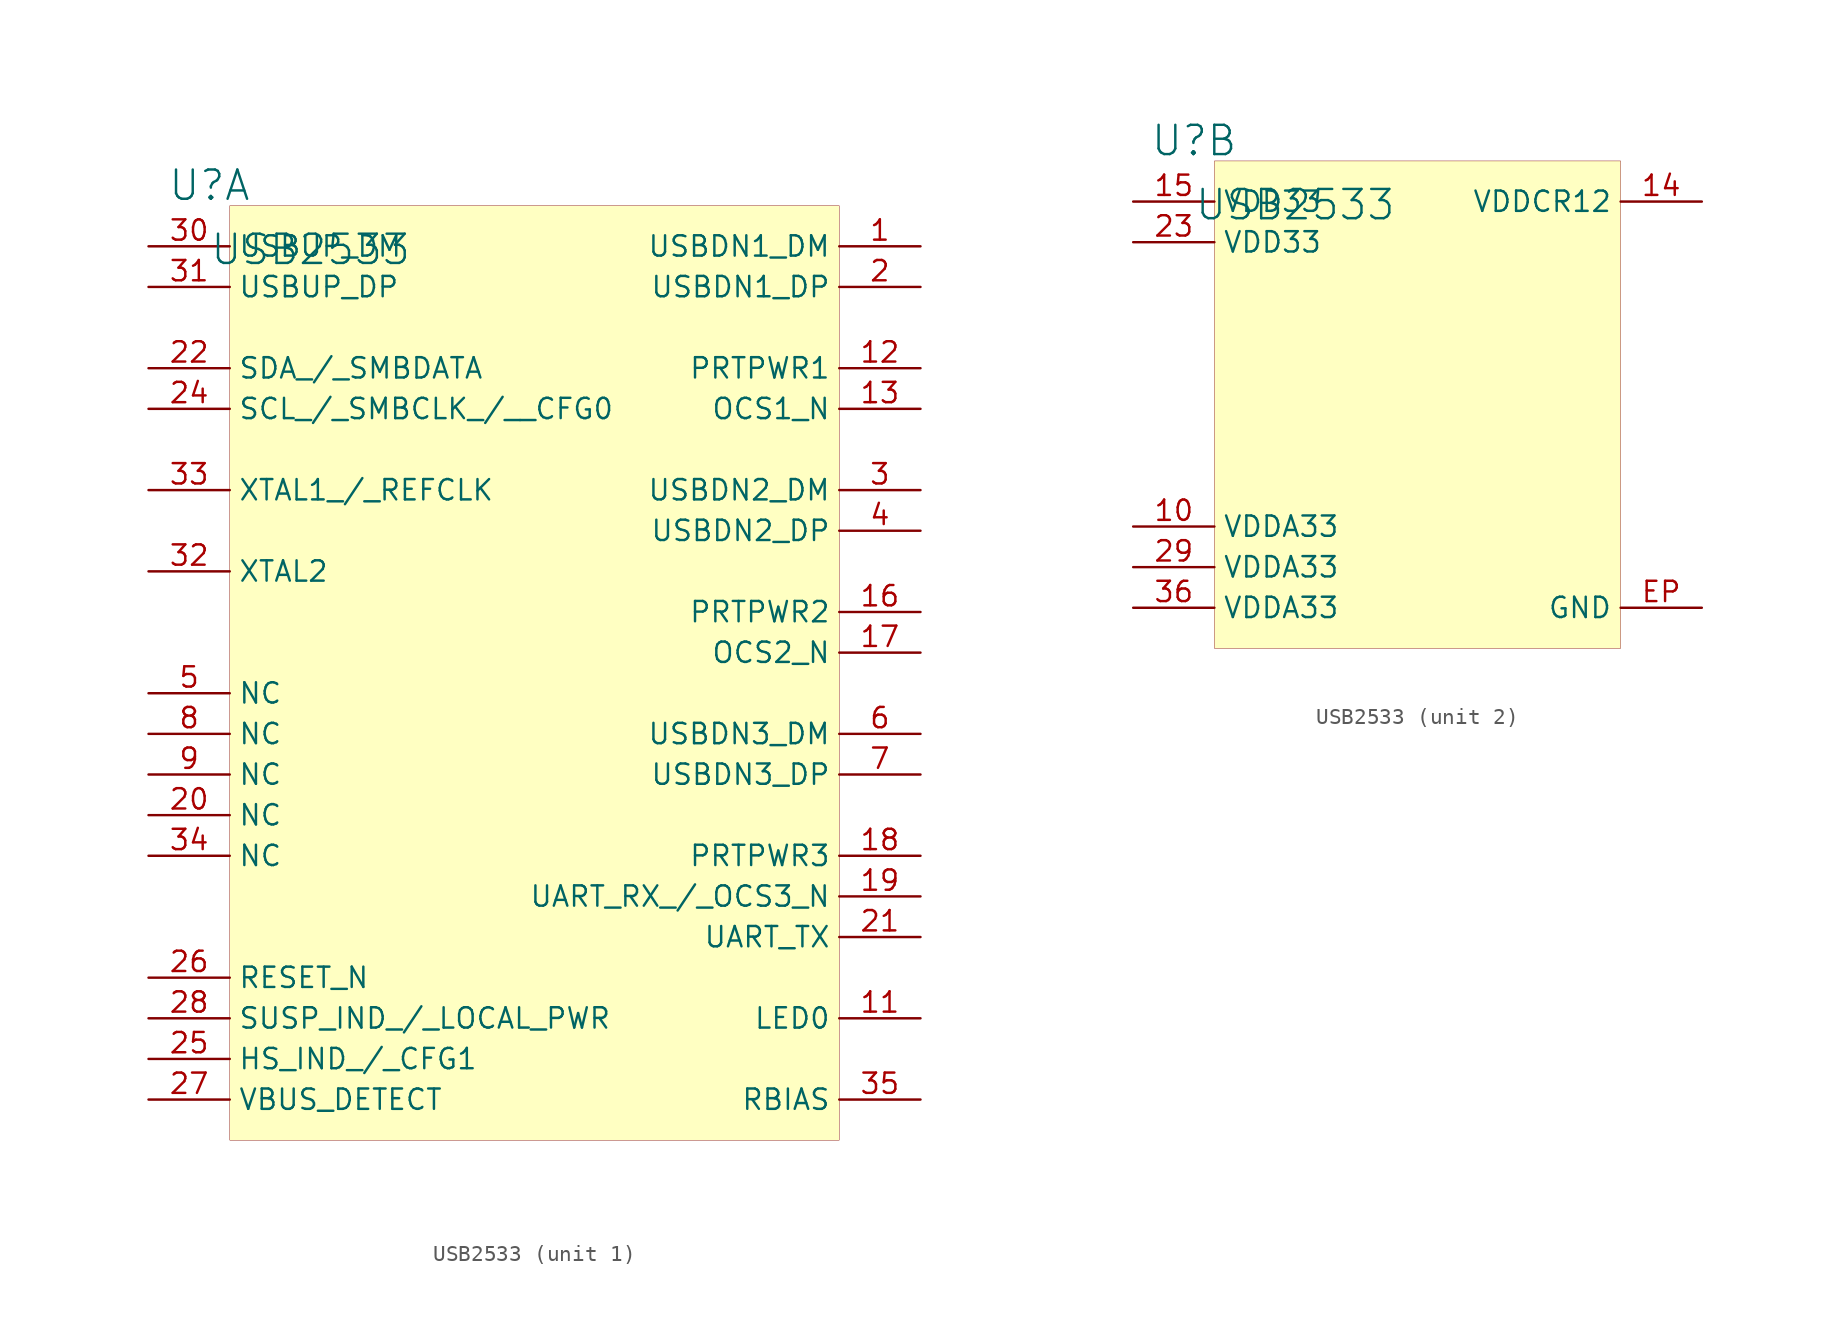
<source format=kicad_sym>
(kicad_symbol_lib
  (version 20231120)
  (generator "kicad_symbol_editor")
  (generator_version "8.0")
  (symbol "USB2533"
    (property "Reference" "U"
      (at -1.27 1.27 0)
      (effects (font (size 1.829 1.829))))
    (property "Value" "USB2533"
      (at -1.27 -3.81 0)
      (effects (font (size 1.829 1.829)) (justify left bottom)))
    (symbol "USB2533_1_0"
      (rectangle (start 38.1 0) (end 0 -58.42) (stroke (width 0.025) (type solid) (color 128 0 0 1)) (fill (type background)))
      (pin passive line (at 43.18 -2.54 180) (length 5.08) (name "USBDN1_DM" (effects (font (size 1.27 1.27)))) (number "1" (effects (font (size 1.27 1.27)))))
      (pin passive line (at 43.18 -50.8 180) (length 5.08) (name "LED0" (effects (font (size 1.27 1.27)))) (number "11" (effects (font (size 1.27 1.27)))))
      (pin passive line (at 43.18 -10.16 180) (length 5.08) (name "PRTPWR1" (effects (font (size 1.27 1.27)))) (number "12" (effects (font (size 1.27 1.27)))))
      (pin passive line (at 43.18 -12.7 180) (length 5.08) (name "OCS1_N" (effects (font (size 1.27 1.27)))) (number "13" (effects (font (size 1.27 1.27)))))
      (pin passive line (at 43.18 -25.4 180) (length 5.08) (name "PRTPWR2" (effects (font (size 1.27 1.27)))) (number "16" (effects (font (size 1.27 1.27)))))
      (pin passive line (at 43.18 -27.94 180) (length 5.08) (name "OCS2_N" (effects (font (size 1.27 1.27)))) (number "17" (effects (font (size 1.27 1.27)))))
      (pin passive line (at 43.18 -40.64 180) (length 5.08) (name "PRTPWR3" (effects (font (size 1.27 1.27)))) (number "18" (effects (font (size 1.27 1.27)))))
      (pin passive line (at 43.18 -43.18 180) (length 5.08) (name "UART_RX_/_OCS3_N" (effects (font (size 1.27 1.27)))) (number "19" (effects (font (size 1.27 1.27)))))
      (pin passive line (at 43.18 -5.08 180) (length 5.08) (name "USBDN1_DP" (effects (font (size 1.27 1.27)))) (number "2" (effects (font (size 1.27 1.27)))))
      (pin passive line (at -5.08 -38.1 0) (length 5.08) (name "NC" (effects (font (size 1.27 1.27)))) (number "20" (effects (font (size 1.27 1.27)))))
      (pin passive line (at 43.18 -45.72 180) (length 5.08) (name "UART_TX" (effects (font (size 1.27 1.27)))) (number "21" (effects (font (size 1.27 1.27)))))
      (pin passive line (at -5.08 -10.16 0) (length 5.08) (name "SDA_/_SMBDATA" (effects (font (size 1.27 1.27)))) (number "22" (effects (font (size 1.27 1.27)))))
      (pin passive line (at -5.08 -12.7 0) (length 5.08) (name "SCL_/_SMBCLK_/__CFG0" (effects (font (size 1.27 1.27)))) (number "24" (effects (font (size 1.27 1.27)))))
      (pin passive line (at -5.08 -53.34 0) (length 5.08) (name "HS_IND_/_CFG1" (effects (font (size 1.27 1.27)))) (number "25" (effects (font (size 1.27 1.27)))))
      (pin passive line (at -5.08 -48.26 0) (length 5.08) (name "RESET_N" (effects (font (size 1.27 1.27)))) (number "26" (effects (font (size 1.27 1.27)))))
      (pin passive line (at -5.08 -55.88 0) (length 5.08) (name "VBUS_DETECT" (effects (font (size 1.27 1.27)))) (number "27" (effects (font (size 1.27 1.27)))))
      (pin passive line (at -5.08 -50.8 0) (length 5.08) (name "SUSP_IND_/_LOCAL_PWR" (effects (font (size 1.27 1.27)))) (number "28" (effects (font (size 1.27 1.27)))))
      (pin passive line (at 43.18 -17.78 180) (length 5.08) (name "USBDN2_DM" (effects (font (size 1.27 1.27)))) (number "3" (effects (font (size 1.27 1.27)))))
      (pin passive line (at -5.08 -2.54 0) (length 5.08) (name "USBUP_DM" (effects (font (size 1.27 1.27)))) (number "30" (effects (font (size 1.27 1.27)))))
      (pin passive line (at -5.08 -5.08 0) (length 5.08) (name "USBUP_DP" (effects (font (size 1.27 1.27)))) (number "31" (effects (font (size 1.27 1.27)))))
      (pin passive line (at -5.08 -22.86 0) (length 5.08) (name "XTAL2" (effects (font (size 1.27 1.27)))) (number "32" (effects (font (size 1.27 1.27)))))
      (pin passive line (at -5.08 -17.78 0) (length 5.08) (name "XTAL1_/_REFCLK" (effects (font (size 1.27 1.27)))) (number "33" (effects (font (size 1.27 1.27)))))
      (pin passive line (at -5.08 -40.64 0) (length 5.08) (name "NC" (effects (font (size 1.27 1.27)))) (number "34" (effects (font (size 1.27 1.27)))))
      (pin passive line (at 43.18 -55.88 180) (length 5.08) (name "RBIAS" (effects (font (size 1.27 1.27)))) (number "35" (effects (font (size 1.27 1.27)))))
      (pin passive line (at 43.18 -20.32 180) (length 5.08) (name "USBDN2_DP" (effects (font (size 1.27 1.27)))) (number "4" (effects (font (size 1.27 1.27)))))
      (pin passive line (at -5.08 -30.48 0) (length 5.08) (name "NC" (effects (font (size 1.27 1.27)))) (number "5" (effects (font (size 1.27 1.27)))))
      (pin passive line (at 43.18 -33.02 180) (length 5.08) (name "USBDN3_DM" (effects (font (size 1.27 1.27)))) (number "6" (effects (font (size 1.27 1.27)))))
      (pin passive line (at 43.18 -35.56 180) (length 5.08) (name "USBDN3_DP" (effects (font (size 1.27 1.27)))) (number "7" (effects (font (size 1.27 1.27)))))
      (pin passive line (at -5.08 -33.02 0) (length 5.08) (name "NC" (effects (font (size 1.27 1.27)))) (number "8" (effects (font (size 1.27 1.27)))))
      (pin passive line (at -5.08 -35.56 0) (length 5.08) (name "NC" (effects (font (size 1.27 1.27)))) (number "9" (effects (font (size 1.27 1.27))))))
    (symbol "USB2533_2_0"
      (rectangle (start 25.4 0) (end 0 -30.48) (stroke (width 0.025) (type solid) (color 128 0 0 1)) (fill (type background)))
      (pin passive line (at -5.08 -22.86 0) (length 5.08) (name "VDDA33" (effects (font (size 1.27 1.27)))) (number "10" (effects (font (size 1.27 1.27)))))
      (pin passive line (at 30.48 -2.54 180) (length 5.08) (name "VDDCR12" (effects (font (size 1.27 1.27)))) (number "14" (effects (font (size 1.27 1.27)))))
      (pin passive line (at -5.08 -2.54 0) (length 5.08) (name "VDD33" (effects (font (size 1.27 1.27)))) (number "15" (effects (font (size 1.27 1.27)))))
      (pin passive line (at -5.08 -5.08 0) (length 5.08) (name "VDD33" (effects (font (size 1.27 1.27)))) (number "23" (effects (font (size 1.27 1.27)))))
      (pin passive line (at -5.08 -25.4 0) (length 5.08) (name "VDDA33" (effects (font (size 1.27 1.27)))) (number "29" (effects (font (size 1.27 1.27)))))
      (pin passive line (at -5.08 -27.94 0) (length 5.08) (name "VDDA33" (effects (font (size 1.27 1.27)))) (number "36" (effects (font (size 1.27 1.27)))))
      (pin passive line (at 30.48 -27.94 180) (length 5.08) (name "GND" (effects (font (size 1.27 1.27)))) (number "EP" (effects (font (size 1.27 1.27))))))))
</source>
